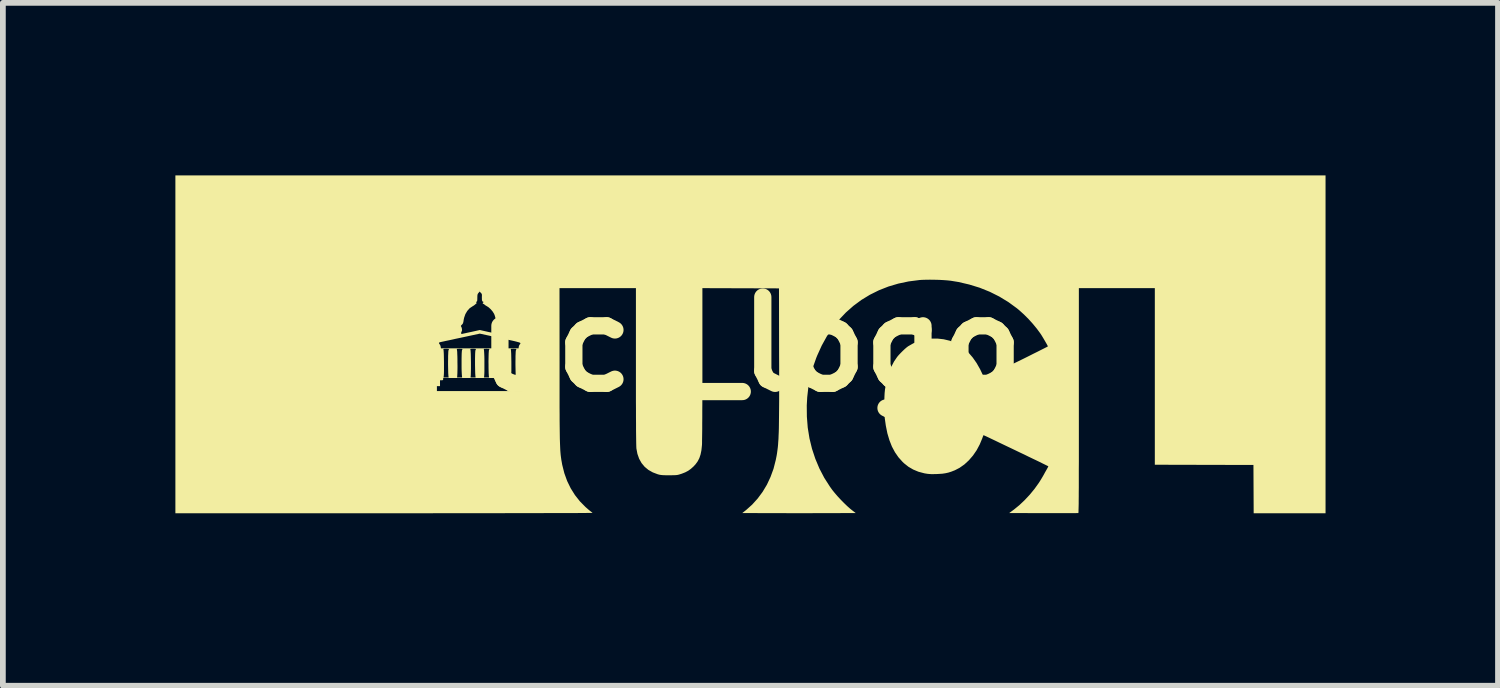
<source format=kicad_pcb>
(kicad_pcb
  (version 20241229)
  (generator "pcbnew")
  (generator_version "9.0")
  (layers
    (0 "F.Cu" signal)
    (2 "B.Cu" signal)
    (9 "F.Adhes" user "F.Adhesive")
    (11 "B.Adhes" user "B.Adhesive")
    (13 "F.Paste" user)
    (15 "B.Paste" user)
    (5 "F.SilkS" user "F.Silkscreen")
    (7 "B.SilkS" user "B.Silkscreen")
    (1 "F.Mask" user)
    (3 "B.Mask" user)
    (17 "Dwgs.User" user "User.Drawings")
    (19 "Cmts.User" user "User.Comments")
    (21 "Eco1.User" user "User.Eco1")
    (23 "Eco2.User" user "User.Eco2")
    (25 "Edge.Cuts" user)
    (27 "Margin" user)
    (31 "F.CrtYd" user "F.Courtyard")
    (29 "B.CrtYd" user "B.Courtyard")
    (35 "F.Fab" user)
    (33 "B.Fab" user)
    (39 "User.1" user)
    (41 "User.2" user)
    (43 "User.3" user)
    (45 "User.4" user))
  (footprint "ucl_logo"
    (layer "F.Cu")
    (at 10.001 2.938)
    (property "Reference" "ucl_logo" (at 0 0 0) (layer "F.SilkS") (effects (font (size 1.5 1.5) (thickness 0.3))))
    (attr board_only exclude_from_pos_files exclude_from_bom)
    (fp_poly (pts (xy 10.001 -0.000001) (xy 10.001 2.938) (xy 9.376 2.938) (xy 8.751 2.938) (xy 8.749 2.518) (xy 8.747 2.098) (xy 7.889 2.096) (xy 7.032 2.094) (xy 7.032 0.559) (xy 7.032 -0.977) (xy 6.371 -0.977) (xy 5.711 -0.977) (xy 5.711 0.977) (xy 5.711 1.191) (xy 5.711 1.389) (xy 5.711 1.573) (xy 5.711 1.743) (xy 5.711 1.899) (xy 5.711 2.042) (xy 5.71 2.172) (xy 5.71 2.29) (xy 5.71 2.396) (xy 5.71 2.491) (xy 5.709 2.575) (xy 5.709 2.649) (xy 5.708 2.714) (xy 5.708 2.768) (xy 5.707 2.815) (xy 5.706 2.852) (xy 5.705 2.882) (xy 5.705 2.905) (xy 5.704 2.921) (xy 5.703 2.93) (xy 5.702 2.934) (xy 5.702 2.934) (xy 5.692 2.935) (xy 5.669 2.935) (xy 5.632 2.936) (xy 5.583 2.936) (xy 5.524 2.936) (xy 5.455 2.936) (xy 5.378 2.936) (xy 5.293 2.936) (xy 5.203 2.936) (xy 5.108 2.936) (xy 5.096 2.936) (xy 4.5 2.934) (xy 4.584 2.872) (xy 4.676 2.797) (xy 4.767 2.711) (xy 4.856 2.616) (xy 4.939 2.515) (xy 5.013 2.412) (xy 5.048 2.357) (xy 5.063 2.332) (xy 5.082 2.3) (xy 5.102 2.265) (xy 5.122 2.228) (xy 5.142 2.193) (xy 5.159 2.163) (xy 5.172 2.139) (xy 5.179 2.124) (xy 5.18 2.121) (xy 5.173 2.117) (xy 5.154 2.108) (xy 5.122 2.092) (xy 5.081 2.072) (xy 5.031 2.047) (xy 4.973 2.019) (xy 4.908 1.988) (xy 4.839 1.955) (xy 4.766 1.919) (xy 4.69 1.883) (xy 4.613 1.846) (xy 4.536 1.809) (xy 4.46 1.773) (xy 4.387 1.738) (xy 4.318 1.705) (xy 4.254 1.674) (xy 4.197 1.647) (xy 4.147 1.623) (xy 4.107 1.604) (xy 4.076 1.59) (xy 4.058 1.582) (xy 4.052 1.579) (xy 4.049 1.588) (xy 4.041 1.607) (xy 4.032 1.632) (xy 4.032 1.633) (xy 3.987 1.741) (xy 3.933 1.842) (xy 3.869 1.935) (xy 3.798 2.017) (xy 3.72 2.089) (xy 3.636 2.148) (xy 3.549 2.193) (xy 3.547 2.193) (xy 3.491 2.215) (xy 3.44 2.231) (xy 3.39 2.242) (xy 3.336 2.25) (xy 3.273 2.254) (xy 3.235 2.256) (xy 3.183 2.257) (xy 3.142 2.257) (xy 3.108 2.255) (xy 3.078 2.252) (xy 3.047 2.247) (xy 3.024 2.243) (xy 2.922 2.216) (xy 2.831 2.178) (xy 2.748 2.13) (xy 2.671 2.069) (xy 2.644 2.043) (xy 2.574 1.965) (xy 2.513 1.877) (xy 2.46 1.778) (xy 2.417 1.669) (xy 2.381 1.548) (xy 2.354 1.415) (xy 2.336 1.289) (xy 2.332 1.243) (xy 2.329 1.185) (xy 2.328 1.119) (xy 2.328 1.048) (xy 2.328 0.978) (xy 2.33 0.91) (xy 2.333 0.849) (xy 2.338 0.798) (xy 2.34 0.781) (xy 2.364 0.645) (xy 2.398 0.519) (xy 2.442 0.404) (xy 2.496 0.3) (xy 2.551 0.219) (xy 2.577 0.188) (xy 2.611 0.152) (xy 2.648 0.115) (xy 2.685 0.08) (xy 2.719 0.051) (xy 2.742 0.034) (xy 2.833 -0.018) (xy 2.931 -0.058) (xy 3.035 -0.085) (xy 3.142 -0.099) (xy 3.251 -0.1) (xy 3.359 -0.088) (xy 3.465 -0.063) (xy 3.541 -0.035) (xy 3.628 0.01) (xy 3.711 0.069) (xy 3.79 0.142) (xy 3.864 0.228) (xy 3.932 0.325) (xy 3.994 0.434) (xy 4.036 0.523) (xy 4.047 0.55) (xy 4.057 0.57) (xy 4.063 0.58) (xy 4.063 0.58) (xy 4.07 0.578) (xy 4.09 0.569) (xy 4.122 0.554) (xy 4.164 0.535) (xy 4.214 0.511) (xy 4.272 0.483) (xy 4.337 0.452) (xy 4.406 0.418) (xy 4.479 0.382) (xy 4.554 0.345) (xy 4.63 0.308) (xy 4.706 0.271) (xy 4.781 0.234) (xy 4.853 0.198) (xy 4.92 0.164) (xy 4.983 0.133) (xy 5.038 0.105) (xy 5.086 0.081) (xy 5.125 0.061) (xy 5.153 0.047) (xy 5.169 0.038) (xy 5.172 0.035) (xy 5.168 0.026) (xy 5.158 0.006) (xy 5.142 -0.022) (xy 5.123 -0.055) (xy 5.102 -0.091) (xy 5.081 -0.126) (xy 5.061 -0.159) (xy 5.043 -0.186) (xy 5.039 -0.192) (xy 4.98 -0.272) (xy 4.911 -0.356) (xy 4.835 -0.44) (xy 4.755 -0.52) (xy 4.674 -0.593) (xy 4.633 -0.627) (xy 4.485 -0.735) (xy 4.327 -0.831) (xy 4.161 -0.914) (xy 3.987 -0.984) (xy 3.805 -1.04) (xy 3.616 -1.084) (xy 3.481 -1.106) (xy 3.424 -1.112) (xy 3.356 -1.117) (xy 3.28 -1.121) (xy 3.201 -1.123) (xy 3.121 -1.124) (xy 3.046 -1.123) (xy 2.98 -1.121) (xy 2.938 -1.118) (xy 2.751 -1.094) (xy 2.571 -1.056) (xy 2.399 -1.005) (xy 2.234 -0.94) (xy 2.077 -0.862) (xy 1.929 -0.772) (xy 1.79 -0.669) (xy 1.66 -0.554) (xy 1.539 -0.427) (xy 1.428 -0.288) (xy 1.328 -0.139) (xy 1.239 0.022) (xy 1.161 0.194) (xy 1.144 0.236) (xy 1.085 0.403) (xy 1.04 0.571) (xy 1.007 0.742) (xy 0.987 0.919) (xy 0.979 1.063) (xy 0.981 1.258) (xy 0.996 1.449) (xy 1.026 1.635) (xy 1.07 1.816) (xy 1.128 1.991) (xy 1.199 2.16) (xy 1.283 2.321) (xy 1.381 2.474) (xy 1.424 2.534) (xy 1.466 2.586) (xy 1.516 2.644) (xy 1.571 2.703) (xy 1.627 2.76) (xy 1.683 2.814) (xy 1.734 2.859) (xy 1.765 2.884) (xy 1.83 2.934) (xy 1.337 2.936) (xy 1.23 2.936) (xy 1.111 2.936) (xy 0.984 2.937) (xy 0.853 2.937) (xy 0.722 2.937) (xy 0.594 2.936) (xy 0.474 2.936) (xy 0.365 2.936) (xy 0.351 2.936) (xy -0.142 2.934) (xy -0.076 2.882) (xy 0.029 2.788) (xy 0.125 2.682) (xy 0.211 2.566) (xy 0.286 2.441) (xy 0.349 2.306) (xy 0.401 2.164) (xy 0.439 2.015) (xy 0.441 2.007) (xy 0.448 1.971) (xy 0.455 1.936) (xy 0.461 1.901) (xy 0.466 1.864) (xy 0.471 1.827) (xy 0.476 1.787) (xy 0.48 1.744) (xy 0.483 1.697) (xy 0.487 1.646) (xy 0.489 1.589) (xy 0.492 1.526) (xy 0.494 1.456) (xy 0.495 1.378) (xy 0.496 1.292) (xy 0.497 1.196) (xy 0.498 1.091) (xy 0.499 0.974) (xy 0.499 0.846) (xy 0.499 0.705) (xy 0.499 0.551) (xy 0.499 0.383) (xy 0.498 0.201) (xy 0.498 0.184) (xy 0.496 -0.973) (xy -0.17 -0.975) (xy -0.836 -0.977) (xy -0.836 0.342) (xy -0.836 0.491) (xy -0.836 0.637) (xy -0.837 0.777) (xy -0.837 0.911) (xy -0.837 1.039) (xy -0.838 1.159) (xy -0.838 1.271) (xy -0.839 1.373) (xy -0.839 1.465) (xy -0.84 1.546) (xy -0.841 1.616) (xy -0.842 1.673) (xy -0.842 1.717) (xy -0.843 1.746) (xy -0.844 1.758) (xy -0.853 1.843) (xy -0.868 1.916) (xy -0.889 1.979) (xy -0.918 2.035) (xy -0.955 2.086) (xy -0.991 2.125) (xy -1.037 2.166) (xy -1.083 2.199) (xy -1.134 2.226) (xy -1.195 2.25) (xy -1.211 2.255) (xy -1.236 2.263) (xy -1.258 2.269) (xy -1.28 2.273) (xy -1.305 2.275) (xy -1.337 2.276) (xy -1.379 2.277) (xy -1.414 2.277) (xy -1.466 2.277) (xy -1.506 2.276) (xy -1.537 2.274) (xy -1.563 2.271) (xy -1.586 2.267) (xy -1.611 2.26) (xy -1.612 2.26) (xy -1.699 2.227) (xy -1.775 2.184) (xy -1.84 2.13) (xy -1.894 2.065) (xy -1.936 1.99) (xy -1.966 1.905) (xy -1.984 1.81) (xy -1.984 1.807) (xy -1.985 1.789) (xy -1.986 1.757) (xy -1.987 1.71) (xy -1.988 1.648) (xy -1.989 1.572) (xy -1.99 1.483) (xy -1.99 1.38) (xy -1.991 1.264) (xy -1.991 1.135) (xy -1.992 0.995) (xy -1.992 0.842) (xy -1.992 0.679) (xy -1.992 0.504) (xy -1.992 0.381) (xy -1.992 -0.977) (xy -2.656 -0.977) (xy -3.321 -0.977) (xy -3.32 0.334) (xy -3.32 0.516) (xy -3.32 0.683) (xy -3.32 0.837) (xy -3.32 0.976) (xy -3.32 1.104) (xy -3.319 1.219) (xy -3.319 1.323) (xy -3.318 1.417) (xy -3.317 1.501) (xy -3.316 1.577) (xy -3.315 1.644) (xy -3.313 1.704) (xy -3.311 1.757) (xy -3.309 1.805) (xy -3.307 1.847) (xy -3.304 1.885) (xy -3.301 1.92) (xy -3.297 1.952) (xy -3.293 1.981) (xy -3.289 2.01) (xy -3.284 2.037) (xy -3.279 2.065) (xy -3.274 2.094) (xy -3.273 2.098) (xy -3.237 2.241) (xy -3.188 2.377) (xy -3.126 2.504) (xy -3.052 2.622) (xy -2.966 2.731) (xy -2.868 2.83) (xy -2.813 2.878) (xy -2.787 2.899) (xy -2.765 2.916) (xy -2.75 2.928) (xy -2.747 2.931) (xy -2.754 2.932) (xy -2.776 2.932) (xy -2.813 2.932) (xy -2.865 2.933) (xy -2.929 2.933) (xy -3.008 2.934) (xy -3.098 2.934) (xy -3.201 2.934) (xy -3.316 2.935) (xy -3.442 2.935) (xy -3.579 2.935) (xy -3.726 2.936) (xy -3.884 2.936) (xy -4.05 2.936) (xy -4.225 2.936) (xy -4.409 2.937) (xy -4.6 2.937) (xy -4.799 2.937) (xy -5.005 2.937) (xy -5.217 2.937) (xy -5.435 2.937) (xy -5.659 2.938) (xy -5.887 2.938) (xy -6.12 2.938) (xy -6.357 2.938) (xy -6.37 2.938) (xy -10.001 2.938) (xy -10.001 0.727) (xy -5.453 0.727) (xy -5.453 0.77) (xy -5.453 0.813) (xy -4.707 0.813) (xy -3.961 0.813) (xy -3.961 0.77) (xy -3.961 0.727) (xy -3.989 0.727) (xy -4.016 0.727) (xy -4.016 0.676) (xy -4.016 0.625) (xy -4.043 0.625) (xy -4.062 0.624) (xy -4.069 0.617) (xy -4.071 0.606) (xy -4.071 0.586) (xy -4.707 0.586) (xy -5.344 0.586) (xy -5.344 0.606) (xy -5.346 0.619) (xy -5.355 0.624) (xy -5.371 0.625) (xy -5.399 0.625) (xy -5.399 0.676) (xy -5.399 0.727) (xy -5.426 0.727) (xy -5.453 0.727) (xy -10.001 0.727) (xy -10.001 0.084) (xy -5.341 0.084) (xy -5.339 0.092) (xy -5.339 0.092) (xy -5.337 0.105) (xy -5.335 0.13) (xy -5.333 0.166) (xy -5.332 0.21) (xy -5.331 0.259) (xy -5.33 0.312) (xy -5.33 0.366) (xy -5.33 0.417) (xy -5.33 0.465) (xy -5.331 0.506) (xy -5.333 0.539) (xy -5.335 0.56) (xy -5.337 0.567) (xy -5.34 0.573) (xy -5.334 0.576) (xy -5.318 0.578) (xy -5.293 0.578) (xy -5.265 0.578) (xy -5.251 0.576) (xy -5.247 0.572) (xy -5.249 0.568) (xy -5.252 0.557) (xy -5.254 0.533) (xy -5.256 0.499) (xy -5.257 0.456) (xy -5.258 0.407) (xy -5.259 0.355) (xy -5.259 0.302) (xy -5.258 0.25) (xy -5.258 0.203) (xy -5.256 0.162) (xy -5.255 0.13) (xy -5.252 0.109) (xy -5.251 0.102) (xy -5.244 0.088) (xy -5.243 0.084) (xy -5.107 0.084) (xy -5.105 0.092) (xy -5.105 0.092) (xy -5.103 0.105) (xy -5.1 0.13) (xy -5.099 0.166) (xy -5.097 0.21) (xy -5.096 0.259) (xy -5.096 0.312) (xy -5.095 0.366) (xy -5.095 0.417) (xy -5.096 0.465) (xy -5.097 0.506) (xy -5.099 0.539) (xy -5.1 0.56) (xy -5.102 0.567) (xy -5.105 0.573) (xy -5.1 0.576) (xy -5.083 0.578) (xy -5.059 0.578) (xy -5.031 0.578) (xy -5.016 0.576) (xy -5.013 0.572) (xy -5.015 0.568) (xy -5.017 0.557) (xy -5.019 0.533) (xy -5.021 0.499) (xy -5.023 0.456) (xy -5.024 0.407) (xy -5.024 0.355) (xy -5.024 0.302) (xy -5.024 0.25) (xy -5.023 0.203) (xy -5.022 0.162) (xy -5.02 0.13) (xy -5.018 0.109) (xy -5.017 0.103) (xy -5.01 0.089) (xy -5.009 0.084) (xy -4.872 0.084) (xy -4.871 0.092) (xy -4.871 0.092) (xy -4.868 0.105) (xy -4.866 0.13) (xy -4.864 0.166) (xy -4.863 0.21) (xy -4.862 0.259) (xy -4.861 0.312) (xy -4.861 0.366) (xy -4.861 0.417) (xy -4.862 0.465) (xy -4.863 0.506) (xy -4.864 0.539) (xy -4.866 0.56) (xy -4.868 0.567) (xy -4.871 0.573) (xy -4.865 0.576) (xy -4.849 0.578) (xy -4.825 0.578) (xy -4.797 0.578) (xy -4.782 0.576) (xy -4.778 0.572) (xy -4.78 0.568) (xy -4.783 0.557) (xy -4.785 0.533) (xy -4.787 0.499) (xy -4.788 0.456) (xy -4.789 0.407) (xy -4.79 0.355) (xy -4.79 0.302) (xy -4.79 0.25) (xy -4.789 0.203) (xy -4.788 0.162) (xy -4.786 0.13) (xy -4.784 0.109) (xy -4.782 0.103) (xy -4.776 0.089) (xy -4.774 0.084) (xy -4.638 0.084) (xy -4.636 0.092) (xy -4.636 0.092) (xy -4.634 0.105) (xy -4.632 0.13) (xy -4.63 0.166) (xy -4.628 0.21) (xy -4.627 0.259) (xy -4.627 0.312) (xy -4.627 0.366) (xy -4.627 0.417) (xy -4.627 0.465) (xy -4.628 0.506) (xy -4.63 0.539) (xy -4.632 0.56) (xy -4.633 0.567) (xy -4.636 0.573) (xy -4.631 0.576) (xy -4.615 0.578) (xy -4.59 0.578) (xy -4.562 0.578) (xy -4.548 0.576) (xy -4.544 0.572) (xy -4.546 0.568) (xy -4.549 0.557) (xy -4.551 0.533) (xy -4.553 0.499) (xy -4.554 0.456) (xy -4.555 0.407) (xy -4.555 0.355) (xy -4.556 0.302) (xy -4.555 0.25) (xy -4.554 0.203) (xy -4.553 0.162) (xy -4.551 0.13) (xy -4.549 0.109) (xy -4.548 0.102) (xy -4.541 0.088) (xy -4.54 0.084) (xy -4.404 0.084) (xy -4.402 0.092) (xy -4.402 0.092) (xy -4.399 0.105) (xy -4.397 0.13) (xy -4.396 0.166) (xy -4.394 0.21) (xy -4.393 0.259) (xy -4.392 0.312) (xy -4.392 0.366) (xy -4.392 0.417) (xy -4.393 0.465) (xy -4.394 0.506) (xy -4.395 0.539) (xy -4.397 0.56) (xy -4.399 0.567) (xy -4.402 0.573) (xy -4.397 0.576) (xy -4.38 0.578) (xy -4.356 0.578) (xy -4.328 0.578) (xy -4.313 0.576) (xy -4.309 0.572) (xy -4.312 0.568) (xy -4.314 0.557) (xy -4.316 0.533) (xy -4.318 0.499) (xy -4.32 0.456) (xy -4.32 0.407) (xy -4.321 0.355) (xy -4.321 0.302) (xy -4.321 0.25) (xy -4.32 0.203) (xy -4.319 0.162) (xy -4.317 0.13) (xy -4.315 0.109) (xy -4.313 0.102) (xy -4.307 0.088) (xy -4.306 0.084) (xy -4.169 0.084) (xy -4.167 0.092) (xy -4.167 0.092) (xy -4.165 0.105) (xy -4.163 0.13) (xy -4.161 0.166) (xy -4.16 0.21) (xy -4.159 0.259) (xy -4.158 0.312) (xy -4.158 0.366) (xy -4.158 0.417) (xy -4.158 0.465) (xy -4.16 0.506) (xy -4.161 0.539) (xy -4.163 0.56) (xy -4.165 0.567) (xy -4.168 0.573) (xy -4.162 0.576) (xy -4.146 0.578) (xy -4.121 0.578) (xy -4.093 0.578) (xy -4.079 0.576) (xy -4.075 0.572) (xy -4.077 0.568) (xy -4.08 0.557) (xy -4.082 0.533) (xy -4.084 0.499) (xy -4.085 0.456) (xy -4.086 0.407) (xy -4.087 0.355) (xy -4.087 0.302) (xy -4.086 0.25) (xy -4.086 0.203) (xy -4.084 0.162) (xy -4.083 0.13) (xy -4.08 0.109) (xy -4.079 0.102) (xy -4.072 0.088) (xy -4.071 0.083) (xy -4.078 0.08) (xy -4.096 0.079) (xy -4.122 0.078) (xy -4.15 0.079) (xy -4.164 0.08) (xy -4.169 0.084) (xy -4.306 0.084) (xy -4.305 0.083) (xy -4.312 0.08) (xy -4.331 0.079) (xy -4.357 0.078) (xy -4.384 0.079) (xy -4.399 0.08) (xy -4.404 0.084) (xy -4.54 0.084) (xy -4.539 0.083) (xy -4.546 0.08) (xy -4.565 0.079) (xy -4.591 0.078) (xy -4.618 0.079) (xy -4.633 0.08) (xy -4.638 0.084) (xy -4.774 0.084) (xy -4.774 0.083) (xy -4.781 0.08) (xy -4.8 0.079) (xy -4.825 0.078) (xy -4.853 0.079) (xy -4.867 0.08) (xy -4.872 0.084) (xy -5.009 0.084) (xy -5.008 0.083) (xy -5.015 0.08) (xy -5.034 0.079) (xy -5.06 0.078) (xy -5.087 0.079) (xy -5.102 0.08) (xy -5.107 0.084) (xy -5.243 0.084) (xy -5.243 0.083) (xy -5.25 0.08) (xy -5.268 0.079) (xy -5.294 0.078) (xy -5.322 0.079) (xy -5.336 0.08) (xy -5.341 0.084) (xy -10.001 0.084) (xy -10.001 -0.000001) (xy -10.001 -0.026) (xy -5.417 -0.026) (xy -5.414 -0.011) (xy -5.402 0.004) (xy -5.395 0.016) (xy -5.388 0.037) (xy -5.388 0.041) (xy -5.382 0.07) (xy -4.708 0.07) (xy -4.033 0.07) (xy -4.029 0.039) (xy -4.022 0.018) (xy -4.013 0.003) (xy -4.011 0.002) (xy -4.002 -0.011) (xy -4.001 -0.02) (xy -4.004 -0.024) (xy -4.01 -0.028) (xy -4.021 -0.033) (xy -4.039 -0.038) (xy -4.064 -0.045) (xy -4.099 -0.054) (xy -4.143 -0.064) (xy -4.199 -0.076) (xy -4.268 -0.091) (xy -4.351 -0.109) (xy -4.356 -0.11) (xy -4.707 -0.186) (xy -5.051 -0.112) (xy -5.123 -0.097) (xy -5.189 -0.082) (xy -5.25 -0.069) (xy -5.304 -0.058) (xy -5.348 -0.048) (xy -5.381 -0.041) (xy -5.402 -0.036) (xy -5.408 -0.034) (xy -5.417 -0.026) (xy -10.001 -0.026) (xy -10.001 -0.318) (xy -5.036 -0.318) (xy -5.031 -0.307) (xy -5.028 -0.303) (xy -5.021 -0.285) (xy -5.017 -0.262) (xy -5.017 -0.24) (xy -5.021 -0.225) (xy -5.024 -0.223) (xy -5.029 -0.213) (xy -5.031 -0.198) (xy -5.03 -0.184) (xy -5.025 -0.18) (xy -5.016 -0.181) (xy -4.994 -0.186) (xy -4.961 -0.193) (xy -4.921 -0.202) (xy -4.874 -0.212) (xy -4.863 -0.214) (xy -4.707 -0.249) (xy -4.552 -0.214) (xy -4.504 -0.204) (xy -4.462 -0.195) (xy -4.427 -0.187) (xy -4.403 -0.182) (xy -4.39 -0.18) (xy -4.389 -0.18) (xy -4.384 -0.186) (xy -4.383 -0.2) (xy -4.386 -0.215) (xy -4.391 -0.223) (xy -4.397 -0.234) (xy -4.398 -0.255) (xy -4.396 -0.278) (xy -4.389 -0.298) (xy -4.386 -0.303) (xy -4.379 -0.317) (xy -4.381 -0.327) (xy -4.386 -0.332) (xy -4.399 -0.342) (xy -4.406 -0.344) (xy -4.411 -0.346) (xy -4.415 -0.353) (xy -4.419 -0.369) (xy -4.424 -0.396) (xy -4.43 -0.434) (xy -4.438 -0.47) (xy -4.449 -0.507) (xy -4.459 -0.531) (xy -4.484 -0.571) (xy -4.517 -0.61) (xy -4.553 -0.643) (xy -4.584 -0.663) (xy -4.605 -0.675) (xy -4.622 -0.688) (xy -4.625 -0.691) (xy -4.638 -0.701) (xy -4.646 -0.703) (xy -4.655 -0.709) (xy -4.657 -0.715) (xy -4.652 -0.725) (xy -4.649 -0.727) (xy -4.641 -0.733) (xy -4.641 -0.734) (xy -4.647 -0.741) (xy -4.652 -0.742) (xy -4.664 -0.75) (xy -4.67 -0.772) (xy -4.671 -0.809) (xy -4.671 -0.828) (xy -4.67 -0.855) (xy -4.672 -0.872) (xy -4.679 -0.885) (xy -4.689 -0.896) (xy -4.71 -0.916) (xy -4.73 -0.894) (xy -4.74 -0.881) (xy -4.746 -0.867) (xy -4.749 -0.848) (xy -4.75 -0.819) (xy -4.75 -0.807) (xy -4.751 -0.774) (xy -4.753 -0.754) (xy -4.757 -0.745) (xy -4.762 -0.742) (xy -4.773 -0.738) (xy -4.771 -0.729) (xy -4.764 -0.724) (xy -4.76 -0.718) (xy -4.77 -0.708) (xy -4.787 -0.694) (xy -4.797 -0.685) (xy -4.812 -0.674) (xy -4.832 -0.662) (xy -4.883 -0.628) (xy -4.925 -0.581) (xy -4.958 -0.525) (xy -4.98 -0.461) (xy -4.987 -0.428) (xy -4.992 -0.394) (xy -4.998 -0.371) (xy -5.006 -0.355) (xy -5.018 -0.342) (xy -5.032 -0.328) (xy -5.036 -0.318) (xy -10.001 -0.318) (xy -10.001 -0.926) (xy -4.711 -0.926) (xy -4.707 -0.922) (xy -4.703 -0.926) (xy -4.707 -0.93) (xy -4.711 -0.926) (xy -10.001 -0.926) (xy -10.001 -2.938) (xy 0 -2.938) (xy 10.001 -2.938)) (stroke (width 0) (type solid)) (fill yes) (layer "F.SilkS")))
  (gr_rect
    (start -3 -3)
    (end 23.001 8.875)
    (stroke (width 0.1) (type default))
    (fill no)
    (layer "Edge.Cuts")))
</source>
